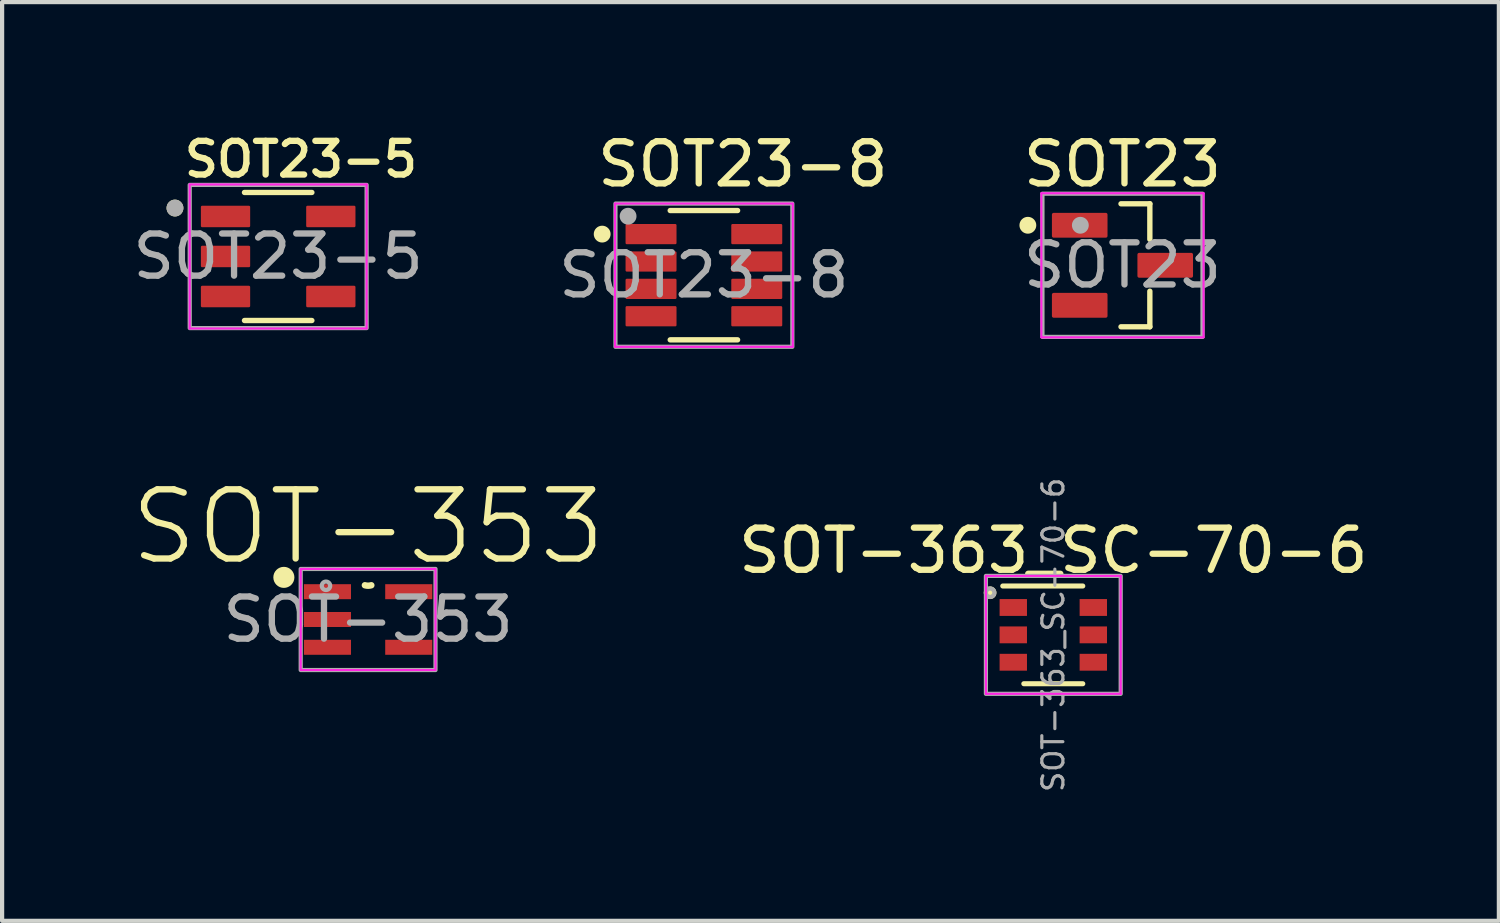
<source format=kicad_pcb>
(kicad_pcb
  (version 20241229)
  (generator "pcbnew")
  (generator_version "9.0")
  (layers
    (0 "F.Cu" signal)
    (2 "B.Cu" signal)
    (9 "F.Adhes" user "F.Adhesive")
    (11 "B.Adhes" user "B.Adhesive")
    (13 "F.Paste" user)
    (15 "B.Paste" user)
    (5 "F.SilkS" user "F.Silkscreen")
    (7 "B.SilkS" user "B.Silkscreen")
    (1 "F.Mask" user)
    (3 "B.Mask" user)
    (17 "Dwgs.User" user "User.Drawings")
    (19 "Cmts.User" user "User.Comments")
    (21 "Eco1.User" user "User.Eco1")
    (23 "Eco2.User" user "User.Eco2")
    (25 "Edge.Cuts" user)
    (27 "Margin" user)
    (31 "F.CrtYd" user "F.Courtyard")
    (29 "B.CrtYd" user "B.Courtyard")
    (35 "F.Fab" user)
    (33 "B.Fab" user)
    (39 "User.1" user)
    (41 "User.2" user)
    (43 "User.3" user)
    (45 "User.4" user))
  (footprint "SOT-353"
    (layer "F.Cu")
    (at 5.689 11.657)
    (property "Reference" "SOT-353" (at 0 -2.2 0) (layer "F.SilkS") (effects (font (size 1.642 1.642) (thickness 0.15))))
    (attr smd)
    (fp_arc (start 0.0762 -0.8128) (mid 0 -0.801752) (end -0.0762 -0.8128) (stroke (width 0.1524) (type solid)) (layer "F.SilkS"))
    (fp_circle (center -2 -1) (end -1.8 -1) (stroke (width 0.1) (type solid)) (fill yes) (layer "F.SilkS"))
    (fp_rect (start -1.6 -1.2) (end 1.6 1.2) (stroke (width 0.05) (type default)) (fill no) (layer "F.CrtYd"))
    (fp_rect (start -1.6 -1.2) (end 1.6 1.2) (stroke (width 0.1) (type default)) (fill no) (layer "F.Fab"))
    (fp_circle (center -1 -0.8) (end -0.9 -0.8) (stroke (width 0.1) (type solid)) (fill no) (layer "F.Fab"))
    (fp_text user "${REFERENCE}" (at 0 0 0) (unlocked yes) (layer "F.Fab") (effects (font (size 1 1) (thickness 0.15))))
    (pad "1" smd rect (at -0.965 -0.66) (size 1.118 0.356) (layers "F.Cu" "F.Mask" "F.Paste"))
    (pad "2" smd rect (at -0.965 0) (size 1.118 0.356) (layers "F.Cu" "F.Mask" "F.Paste"))
    (pad "3" smd rect (at -0.965 0.66) (size 1.118 0.356) (layers "F.Cu" "F.Mask" "F.Paste"))
    (pad "4" smd rect (at 0.965 0.66) (size 1.118 0.356) (layers "F.Cu" "F.Mask" "F.Paste"))
    (pad "5" smd rect (at 0.965 -0.66) (size 1.118 0.356) (layers "F.Cu" "F.Mask" "F.Paste")))
  (footprint "SOT23-8"
    (layer "F.Cu")
    (at 13.661 3.483)
    (property "Reference" "SOT23-8" (at 0.925 -2.635 0) (layer "F.SilkS") (effects (font (size 1 1) (thickness 0.15))))
    (attr smd)
    (fp_line (start -0.8 -1.535) (end 0.8 -1.535) (stroke (width 0.127) (type solid)) (layer "F.SilkS"))
    (fp_line (start -0.8 1.535) (end 0.8 1.535) (stroke (width 0.127) (type solid)) (layer "F.SilkS"))
    (fp_circle (center -2.415 -0.975) (end -2.315 -0.975) (stroke (width 0.2) (type solid)) (fill no) (layer "F.SilkS"))
    (fp_line (start -2.11 -1.7) (end -2.11 1.7) (stroke (width 0.05) (type solid)) (layer "F.CrtYd"))
    (fp_line (start -2.11 -1.7) (end 2.11 -1.7) (stroke (width 0.05) (type solid)) (layer "F.CrtYd"))
    (fp_line (start -2.11 1.7) (end 2.11 1.7) (stroke (width 0.05) (type solid)) (layer "F.CrtYd"))
    (fp_line (start 2.11 -1.7) (end 2.11 1.7) (stroke (width 0.05) (type solid)) (layer "F.CrtYd"))
    (fp_rect (start -2.1 -1.7) (end 2.1 1.7) (stroke (width 0.1) (type default)) (fill no) (layer "F.Fab"))
    (fp_circle (center -1.8 -1.4) (end -1.7 -1.4) (stroke (width 0.2) (type solid)) (fill no) (layer "F.Fab"))
    (fp_text user "${REFERENCE}" (at 0 0 0) (unlocked yes) (layer "F.Fab") (effects (font (size 1 1) (thickness 0.15))))
    (pad "1" smd roundrect (at -1.255 -0.975) (size 1.21 0.48) (layers "F.Cu" "F.Mask" "F.Paste") (roundrect_rratio 0.06))
    (pad "2" smd roundrect (at -1.255 -0.325) (size 1.21 0.48) (layers "F.Cu" "F.Mask" "F.Paste") (roundrect_rratio 0.06))
    (pad "3" smd roundrect (at -1.255 0.325) (size 1.21 0.48) (layers "F.Cu" "F.Mask" "F.Paste") (roundrect_rratio 0.06))
    (pad "4" smd roundrect (at -1.255 0.975) (size 1.21 0.48) (layers "F.Cu" "F.Mask" "F.Paste") (roundrect_rratio 0.06))
    (pad "5" smd roundrect (at 1.255 0.975) (size 1.21 0.48) (layers "F.Cu" "F.Mask" "F.Paste") (roundrect_rratio 0.06))
    (pad "6" smd roundrect (at 1.255 0.325) (size 1.21 0.48) (layers "F.Cu" "F.Mask" "F.Paste") (roundrect_rratio 0.06))
    (pad "7" smd roundrect (at 1.255 -0.325) (size 1.21 0.48) (layers "F.Cu" "F.Mask" "F.Paste") (roundrect_rratio 0.06))
    (pad "8" smd roundrect (at 1.255 -0.975) (size 1.21 0.48) (layers "F.Cu" "F.Mask" "F.Paste") (roundrect_rratio 0.06)))
  (footprint "SOT23"
    (layer "F.Cu")
    (at 23.598 3.248)
    (property "Reference" "SOT23" (at 0 -2.4 0) (layer "F.SilkS") (effects (font (size 1 1) (thickness 0.15))))
    (attr smd)
    (fp_line (start -0.035 1.46) (end 0.65 1.46) (stroke (width 0.127) (type solid)) (layer "F.SilkS"))
    (fp_line (start 0.65 -1.46) (end -0.035 -1.46) (stroke (width 0.127) (type solid)) (layer "F.SilkS"))
    (fp_line (start 0.65 -0.615) (end 0.65 -1.46) (stroke (width 0.127) (type solid)) (layer "F.SilkS"))
    (fp_line (start 0.65 1.46) (end 0.65 0.615) (stroke (width 0.127) (type solid)) (layer "F.SilkS"))
    (fp_circle (center -2.246 -0.95) (end -2.146 -0.95) (stroke (width 0.2) (type solid)) (fill no) (layer "F.SilkS"))
    (fp_line (start -1.925 -1.71) (end -1.925 1.71) (stroke (width 0.05) (type solid)) (layer "F.CrtYd"))
    (fp_line (start -1.925 1.71) (end 1.925 1.71) (stroke (width 0.05) (type solid)) (layer "F.CrtYd"))
    (fp_line (start 1.925 -1.71) (end -1.925 -1.71) (stroke (width 0.05) (type solid)) (layer "F.CrtYd"))
    (fp_line (start 1.925 1.71) (end 1.925 -1.71) (stroke (width 0.05) (type solid)) (layer "F.CrtYd"))
    (fp_rect (start -1.9 -1.7) (end 1.9 1.7) (stroke (width 0.1) (type default)) (fill no) (layer "F.Fab"))
    (fp_circle (center -1 -0.95) (end -0.9 -0.95) (stroke (width 0.2) (type solid)) (fill no) (layer "F.Fab"))
    (fp_text user "${REFERENCE}" (at 0 0 0) (unlocked yes) (layer "F.Fab") (effects (font (size 1 1) (thickness 0.15))))
    (pad "1" smd roundrect (at -1.015 -0.95) (size 1.32 0.59) (layers "F.Cu" "F.Mask" "F.Paste") (roundrect_rratio 0.07))
    (pad "2" smd roundrect (at -1.015 0.95) (size 1.32 0.59) (layers "F.Cu" "F.Mask" "F.Paste") (roundrect_rratio 0.07))
    (pad "3" smd roundrect (at 1.015 0) (size 1.32 0.59) (layers "F.Cu" "F.Mask" "F.Paste") (roundrect_rratio 0.07)))
  (footprint "SOT23-5"
    (layer "F.Cu")
    (at 3.554 3.039)
    (property "Reference" "SOT23-5" (at 0.54 -2.308 0) (layer "F.SilkS") (effects (font (size 0.8 0.8) (thickness 0.15))))
    (attr smd)
    (fp_line (start -0.8 -1.52) (end 0.8 -1.52) (stroke (width 0.127) (type solid)) (layer "F.SilkS"))
    (fp_line (start -0.8 1.52) (end 0.8 1.52) (stroke (width 0.127) (type solid)) (layer "F.SilkS"))
    (fp_circle (center -2.45 -1.15) (end -2.35 -1.15) (stroke (width 0.2) (type solid)) (fill no) (layer "F.SilkS"))
    (fp_line (start -2.1 -1.71) (end -2.1 1.71) (stroke (width 0.05) (type solid)) (layer "F.CrtYd"))
    (fp_line (start -2.1 1.71) (end 2.1 1.71) (stroke (width 0.05) (type solid)) (layer "F.CrtYd"))
    (fp_line (start 2.1 -1.71) (end -2.1 -1.71) (stroke (width 0.05) (type solid)) (layer "F.CrtYd"))
    (fp_line (start 2.1 1.71) (end 2.1 -1.71) (stroke (width 0.05) (type solid)) (layer "F.CrtYd"))
    (fp_rect (start -2.1 -1.7) (end 2.1 1.7) (stroke (width 0.1) (type default)) (fill no) (layer "F.Fab"))
    (fp_circle (center -2.45 -1.15) (end -2.35 -1.15) (stroke (width 0.2) (type solid)) (fill no) (layer "F.Fab"))
    (fp_text user "${REFERENCE}" (at 0 0 0) (unlocked yes) (layer "F.Fab") (effects (font (size 1 1) (thickness 0.15))))
    (pad "1" smd roundrect (at -1.25 -0.95) (size 1.17 0.51) (layers "F.Cu" "F.Mask" "F.Paste") (roundrect_rratio 0.06))
    (pad "2" smd roundrect (at -1.25 0) (size 1.17 0.51) (layers "F.Cu" "F.Mask" "F.Paste") (roundrect_rratio 0.06))
    (pad "3" smd roundrect (at -1.25 0.95) (size 1.17 0.51) (layers "F.Cu" "F.Mask" "F.Paste") (roundrect_rratio 0.06))
    (pad "4" smd roundrect (at 1.25 0.95 180) (size 1.17 0.51) (layers "F.Cu" "F.Mask" "F.Paste") (roundrect_rratio 0.06))
    (pad "5" smd roundrect (at 1.25 -0.95 180) (size 1.17 0.51) (layers "F.Cu" "F.Mask" "F.Paste") (roundrect_rratio 0.06)))
  (footprint "SOT-363_SC-70-6"
    (layer "F.Cu")
    (at 21.956 12.022)
    (property "Reference" "SOT-363_SC-70-6" (at 0 -2 0) (layer "F.SilkS") (effects (font (size 1 1) (thickness 0.15))))
    (attr smd)
    (fp_line (start -0.7 1.16) (end 0.7 1.16) (stroke (width 0.12) (type solid)) (layer "F.SilkS"))
    (fp_line (start 0.7 -1.16) (end -1.2 -1.16) (stroke (width 0.12) (type solid)) (layer "F.SilkS"))
    (fp_circle (center -1.5 -1) (end -1.4 -1) (stroke (width 0.1) (type solid)) (fill yes) (layer "F.SilkS"))
    (fp_line (start -1.6 -1.4) (end -1.6 1.4) (stroke (width 0.05) (type solid)) (layer "F.CrtYd"))
    (fp_line (start -1.6 -1.4) (end 1.6 -1.4) (stroke (width 0.05) (type solid)) (layer "F.CrtYd"))
    (fp_line (start -1.6 1.4) (end 1.6 1.4) (stroke (width 0.05) (type solid)) (layer "F.CrtYd"))
    (fp_line (start 1.6 1.4) (end 1.6 -1.4) (stroke (width 0.05) (type solid)) (layer "F.CrtYd"))
    (fp_rect (start -1.6 -1.4) (end 1.6 1.4) (stroke (width 0.1) (type default)) (fill no) (layer "F.Fab"))
    (fp_circle (center -1.5 -1) (end -1.4 -1) (stroke (width 0.1) (type solid)) (fill no) (layer "F.Fab"))
    (fp_text user "${REFERENCE}" (at 0 0 90) (layer "F.Fab") (effects (font (size 0.5 0.5) (thickness 0.075))))
    (pad "1" smd rect (at -0.95 -0.65) (size 0.65 0.4) (layers "F.Cu" "F.Mask" "F.Paste"))
    (pad "2" smd rect (at -0.95 0) (size 0.65 0.4) (layers "F.Cu" "F.Mask" "F.Paste"))
    (pad "3" smd rect (at -0.95 0.65) (size 0.65 0.4) (layers "F.Cu" "F.Mask" "F.Paste"))
    (pad "4" smd rect (at 0.95 0.65) (size 0.65 0.4) (layers "F.Cu" "F.Mask" "F.Paste"))
    (pad "5" smd rect (at 0.95 0) (size 0.65 0.4) (layers "F.Cu" "F.Mask" "F.Paste"))
    (pad "6" smd rect (at 0.95 -0.65) (size 0.65 0.4) (layers "F.Cu" "F.Mask" "F.Paste")))
  (gr_rect
    (start -3 -3)
    (end 32.534 18.811)
    (stroke (width 0.1) (type default))
    (fill no)
    (layer "Edge.Cuts")))
</source>
